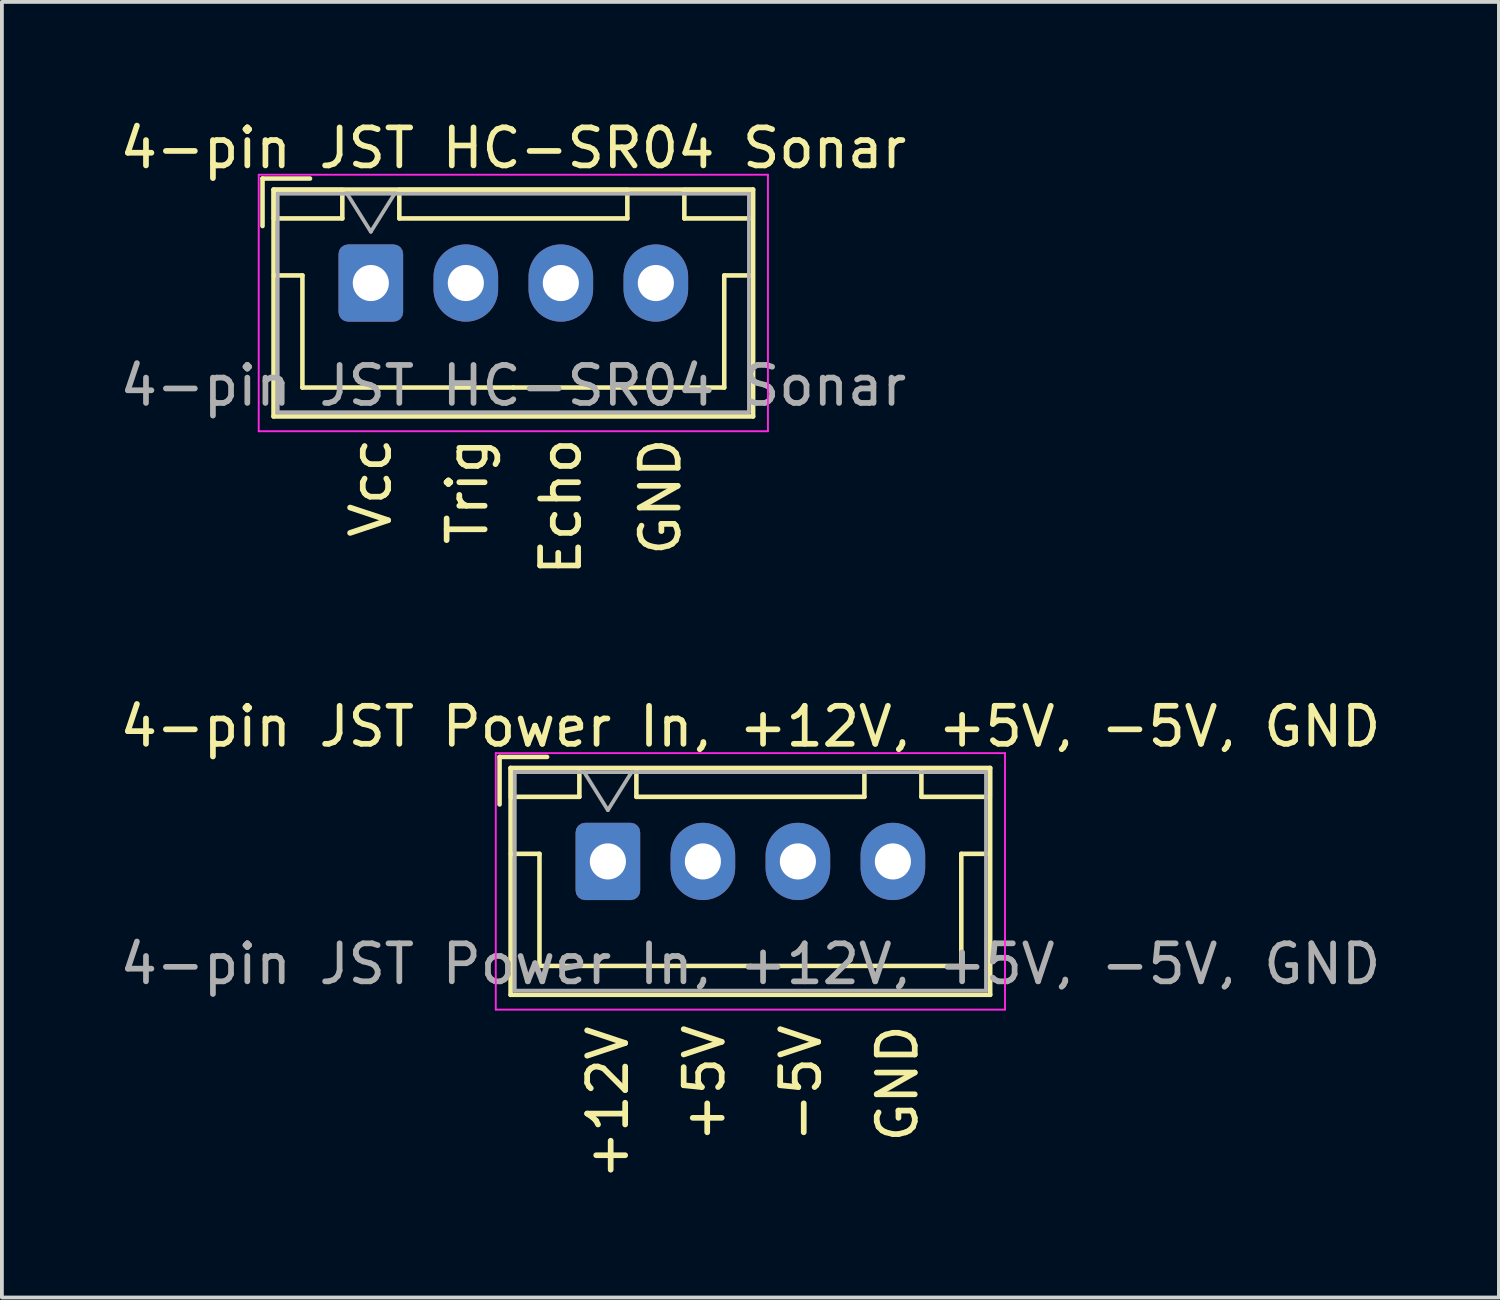
<source format=kicad_pcb>
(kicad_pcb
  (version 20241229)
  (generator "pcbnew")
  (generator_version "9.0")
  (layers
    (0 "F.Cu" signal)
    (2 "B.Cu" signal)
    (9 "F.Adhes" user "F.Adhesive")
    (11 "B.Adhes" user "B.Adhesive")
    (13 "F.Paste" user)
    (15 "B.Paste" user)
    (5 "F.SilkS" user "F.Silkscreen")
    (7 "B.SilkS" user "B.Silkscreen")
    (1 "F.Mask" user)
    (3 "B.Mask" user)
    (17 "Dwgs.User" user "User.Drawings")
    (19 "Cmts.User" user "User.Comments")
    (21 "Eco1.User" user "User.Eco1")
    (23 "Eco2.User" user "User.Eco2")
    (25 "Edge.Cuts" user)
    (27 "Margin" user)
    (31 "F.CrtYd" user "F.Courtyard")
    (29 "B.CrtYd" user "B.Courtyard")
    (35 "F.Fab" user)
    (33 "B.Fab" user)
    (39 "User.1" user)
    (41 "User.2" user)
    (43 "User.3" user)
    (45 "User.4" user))
  (footprint "4-pin JST HC-SR04 Sonar"
    (layer "F.Cu")
    (at 6.708 4.398)
    (property "Reference" "4-pin JST HC-SR04 Sonar" (at 3.75 -3.55 0) (layer "F.SilkS") (effects (font (size 1 1) (thickness 0.15))))
    (attr through_hole)
    (fp_line (start -2.85 -2.75) (end -2.85 -1.5) (stroke (width 0.12) (type solid)) (layer "F.SilkS"))
    (fp_line (start -2.56 -2.46) (end -2.56 3.51) (stroke (width 0.12) (type solid)) (layer "F.SilkS"))
    (fp_line (start -2.56 3.51) (end 10.06 3.51) (stroke (width 0.12) (type solid)) (layer "F.SilkS"))
    (fp_line (start -2.55 -2.45) (end -2.55 -1.7) (stroke (width 0.12) (type solid)) (layer "F.SilkS"))
    (fp_line (start -2.55 -1.7) (end -0.75 -1.7) (stroke (width 0.12) (type solid)) (layer "F.SilkS"))
    (fp_line (start -2.55 -0.2) (end -1.8 -0.2) (stroke (width 0.12) (type solid)) (layer "F.SilkS"))
    (fp_line (start -1.8 -0.2) (end -1.8 2.75) (stroke (width 0.12) (type solid)) (layer "F.SilkS"))
    (fp_line (start -1.8 2.75) (end 3.75 2.75) (stroke (width 0.12) (type solid)) (layer "F.SilkS"))
    (fp_line (start -1.6 -2.75) (end -2.85 -2.75) (stroke (width 0.12) (type solid)) (layer "F.SilkS"))
    (fp_line (start -0.75 -2.45) (end -2.55 -2.45) (stroke (width 0.12) (type solid)) (layer "F.SilkS"))
    (fp_line (start -0.75 -1.7) (end -0.75 -2.45) (stroke (width 0.12) (type solid)) (layer "F.SilkS"))
    (fp_line (start 0.75 -2.45) (end 0.75 -1.7) (stroke (width 0.12) (type solid)) (layer "F.SilkS"))
    (fp_line (start 0.75 -1.7) (end 6.75 -1.7) (stroke (width 0.12) (type solid)) (layer "F.SilkS"))
    (fp_line (start 6.75 -2.45) (end 0.75 -2.45) (stroke (width 0.12) (type solid)) (layer "F.SilkS"))
    (fp_line (start 6.75 -1.7) (end 6.75 -2.45) (stroke (width 0.12) (type solid)) (layer "F.SilkS"))
    (fp_line (start 8.25 -2.45) (end 8.25 -1.7) (stroke (width 0.12) (type solid)) (layer "F.SilkS"))
    (fp_line (start 8.25 -1.7) (end 10.05 -1.7) (stroke (width 0.12) (type solid)) (layer "F.SilkS"))
    (fp_line (start 9.3 -0.2) (end 9.3 2.75) (stroke (width 0.12) (type solid)) (layer "F.SilkS"))
    (fp_line (start 9.3 2.75) (end 3.75 2.75) (stroke (width 0.12) (type solid)) (layer "F.SilkS"))
    (fp_line (start 10.05 -2.45) (end 8.25 -2.45) (stroke (width 0.12) (type solid)) (layer "F.SilkS"))
    (fp_line (start 10.05 -1.7) (end 10.05 -2.45) (stroke (width 0.12) (type solid)) (layer "F.SilkS"))
    (fp_line (start 10.05 -0.2) (end 9.3 -0.2) (stroke (width 0.12) (type solid)) (layer "F.SilkS"))
    (fp_line (start 10.06 -2.46) (end -2.56 -2.46) (stroke (width 0.12) (type solid)) (layer "F.SilkS"))
    (fp_line (start 10.06 3.51) (end 10.06 -2.46) (stroke (width 0.12) (type solid)) (layer "F.SilkS"))
    (fp_line (start -2.95 -2.85) (end -2.95 3.9) (stroke (width 0.05) (type solid)) (layer "F.CrtYd"))
    (fp_line (start -2.95 3.9) (end 10.45 3.9) (stroke (width 0.05) (type solid)) (layer "F.CrtYd"))
    (fp_line (start 10.45 -2.85) (end -2.95 -2.85) (stroke (width 0.05) (type solid)) (layer "F.CrtYd"))
    (fp_line (start 10.45 3.9) (end 10.45 -2.85) (stroke (width 0.05) (type solid)) (layer "F.CrtYd"))
    (fp_line (start -2.45 -2.35) (end -2.45 3.4) (stroke (width 0.1) (type solid)) (layer "F.Fab"))
    (fp_line (start -2.45 3.4) (end 9.95 3.4) (stroke (width 0.1) (type solid)) (layer "F.Fab"))
    (fp_line (start -0.625 -2.35) (end 0 -1.35) (stroke (width 0.1) (type solid)) (layer "F.Fab"))
    (fp_line (start 0 -1.35) (end 0.625 -2.35) (stroke (width 0.1) (type solid)) (layer "F.Fab"))
    (fp_line (start 9.95 -2.35) (end -2.45 -2.35) (stroke (width 0.1) (type solid)) (layer "F.Fab"))
    (fp_line (start 9.95 3.4) (end 9.95 -2.35) (stroke (width 0.1) (type solid)) (layer "F.Fab"))
    (fp_text user "GND" (at 7.62 4 90) (unlocked yes) (layer "F.SilkS") (effects (font (size 1 1) (thickness 0.15)) (justify right)))
    (fp_text user "Echo" (at 5 4 90) (unlocked yes) (layer "F.SilkS") (effects (font (size 1 1) (thickness 0.15)) (justify right)))
    (fp_text user "Vcc" (at 0 4 90) (unlocked yes) (layer "F.SilkS") (effects (font (size 1 1) (thickness 0.15)) (justify right)))
    (fp_text user "Trig" (at 2.54 4 90) (unlocked yes) (layer "F.SilkS") (effects (font (size 1 1) (thickness 0.15)) (justify right)))
    (fp_text user "${REFERENCE}" (at 3.75 2.7 0) (layer "F.Fab") (effects (font (size 1 1) (thickness 0.15))))
    (pad "1" thru_hole roundrect (at 0 0) (size 1.7 2.032) (drill 0.95) (layers "*.Cu" "*.Mask") (roundrect_rratio 0.147))
    (pad "2" thru_hole oval (at 2.5 0) (size 1.7 2.032) (drill 0.95) (layers "*.Cu" "*.Mask"))
    (pad "3" thru_hole oval (at 5 0) (size 1.7 2.032) (drill 0.95) (layers "*.Cu" "*.Mask"))
    (pad "4" thru_hole oval (at 7.5 0) (size 1.7 2.032) (drill 0.95) (layers "*.Cu" "*.Mask")))
  (footprint "4-pin JST Power In, +12V, +5V, -5V, GND"
    (layer "F.Cu")
    (at 12.946 19.618)
    (property "Reference" "4-pin JST Power In, +12V, +5V, -5V, GND" (at 3.75 -3.55 0) (layer "F.SilkS") (effects (font (size 1 1) (thickness 0.15))))
    (attr through_hole)
    (fp_line (start -2.85 -2.75) (end -2.85 -1.5) (stroke (width 0.12) (type solid)) (layer "F.SilkS"))
    (fp_line (start -2.56 -2.46) (end -2.56 3.51) (stroke (width 0.12) (type solid)) (layer "F.SilkS"))
    (fp_line (start -2.56 3.51) (end 10.06 3.51) (stroke (width 0.12) (type solid)) (layer "F.SilkS"))
    (fp_line (start -2.55 -2.45) (end -2.55 -1.7) (stroke (width 0.12) (type solid)) (layer "F.SilkS"))
    (fp_line (start -2.55 -1.7) (end -0.75 -1.7) (stroke (width 0.12) (type solid)) (layer "F.SilkS"))
    (fp_line (start -2.55 -0.2) (end -1.8 -0.2) (stroke (width 0.12) (type solid)) (layer "F.SilkS"))
    (fp_line (start -1.8 -0.2) (end -1.8 2.75) (stroke (width 0.12) (type solid)) (layer "F.SilkS"))
    (fp_line (start -1.8 2.75) (end 3.75 2.75) (stroke (width 0.12) (type solid)) (layer "F.SilkS"))
    (fp_line (start -1.6 -2.75) (end -2.85 -2.75) (stroke (width 0.12) (type solid)) (layer "F.SilkS"))
    (fp_line (start -0.75 -2.45) (end -2.55 -2.45) (stroke (width 0.12) (type solid)) (layer "F.SilkS"))
    (fp_line (start -0.75 -1.7) (end -0.75 -2.45) (stroke (width 0.12) (type solid)) (layer "F.SilkS"))
    (fp_line (start 0.75 -2.45) (end 0.75 -1.7) (stroke (width 0.12) (type solid)) (layer "F.SilkS"))
    (fp_line (start 0.75 -1.7) (end 6.75 -1.7) (stroke (width 0.12) (type solid)) (layer "F.SilkS"))
    (fp_line (start 6.75 -2.45) (end 0.75 -2.45) (stroke (width 0.12) (type solid)) (layer "F.SilkS"))
    (fp_line (start 6.75 -1.7) (end 6.75 -2.45) (stroke (width 0.12) (type solid)) (layer "F.SilkS"))
    (fp_line (start 8.25 -2.45) (end 8.25 -1.7) (stroke (width 0.12) (type solid)) (layer "F.SilkS"))
    (fp_line (start 8.25 -1.7) (end 10.05 -1.7) (stroke (width 0.12) (type solid)) (layer "F.SilkS"))
    (fp_line (start 9.3 -0.2) (end 9.3 2.75) (stroke (width 0.12) (type solid)) (layer "F.SilkS"))
    (fp_line (start 9.3 2.75) (end 3.75 2.75) (stroke (width 0.12) (type solid)) (layer "F.SilkS"))
    (fp_line (start 10.05 -2.45) (end 8.25 -2.45) (stroke (width 0.12) (type solid)) (layer "F.SilkS"))
    (fp_line (start 10.05 -1.7) (end 10.05 -2.45) (stroke (width 0.12) (type solid)) (layer "F.SilkS"))
    (fp_line (start 10.05 -0.2) (end 9.3 -0.2) (stroke (width 0.12) (type solid)) (layer "F.SilkS"))
    (fp_line (start 10.06 -2.46) (end -2.56 -2.46) (stroke (width 0.12) (type solid)) (layer "F.SilkS"))
    (fp_line (start 10.06 3.51) (end 10.06 -2.46) (stroke (width 0.12) (type solid)) (layer "F.SilkS"))
    (fp_line (start -2.95 -2.85) (end -2.95 3.9) (stroke (width 0.05) (type solid)) (layer "F.CrtYd"))
    (fp_line (start -2.95 3.9) (end 10.45 3.9) (stroke (width 0.05) (type solid)) (layer "F.CrtYd"))
    (fp_line (start 10.45 -2.85) (end -2.95 -2.85) (stroke (width 0.05) (type solid)) (layer "F.CrtYd"))
    (fp_line (start 10.45 3.9) (end 10.45 -2.85) (stroke (width 0.05) (type solid)) (layer "F.CrtYd"))
    (fp_line (start -2.45 -2.35) (end -2.45 3.4) (stroke (width 0.1) (type solid)) (layer "F.Fab"))
    (fp_line (start -2.45 3.4) (end 9.95 3.4) (stroke (width 0.1) (type solid)) (layer "F.Fab"))
    (fp_line (start -0.625 -2.35) (end 0 -1.35) (stroke (width 0.1) (type solid)) (layer "F.Fab"))
    (fp_line (start 0 -1.35) (end 0.625 -2.35) (stroke (width 0.1) (type solid)) (layer "F.Fab"))
    (fp_line (start 9.95 -2.35) (end -2.45 -2.35) (stroke (width 0.1) (type solid)) (layer "F.Fab"))
    (fp_line (start 9.95 3.4) (end 9.95 -2.35) (stroke (width 0.1) (type solid)) (layer "F.Fab"))
    (fp_text user "-5V" (at 5.08 5.842 90) (unlocked yes) (layer "F.SilkS") (effects (font (size 1 1) (thickness 0.15))))
    (fp_text user "GND" (at 7.62 5.842 90) (unlocked yes) (layer "F.SilkS") (effects (font (size 1 1) (thickness 0.15))))
    (fp_text user "+5V" (at 2.54 5.842 90) (unlocked yes) (layer "F.SilkS") (effects (font (size 1 1) (thickness 0.15))))
    (fp_text user "+12V" (at 0 6.35 90) (unlocked yes) (layer "F.SilkS") (effects (font (size 1 1) (thickness 0.15))))
    (fp_text user "${REFERENCE}" (at 3.75 2.7 0) (layer "F.Fab") (effects (font (size 1 1) (thickness 0.15))))
    (pad "1" thru_hole roundrect (at 0 0) (size 1.7 2.032) (drill 0.95) (layers "*.Cu" "*.Mask") (roundrect_rratio 0.147))
    (pad "2" thru_hole oval (at 2.5 0) (size 1.7 2.032) (drill 0.95) (layers "*.Cu" "*.Mask"))
    (pad "3" thru_hole oval (at 5 0) (size 1.7 2.032) (drill 0.95) (layers "*.Cu" "*.Mask"))
    (pad "4" thru_hole oval (at 7.5 0) (size 1.7 2.032) (drill 0.95) (layers "*.Cu" "*.Mask")))
  (gr_rect
    (start -3 -3)
    (end 36.393 31.093)
    (stroke (width 0.1) (type default))
    (fill no)
    (layer "Edge.Cuts")))
</source>
